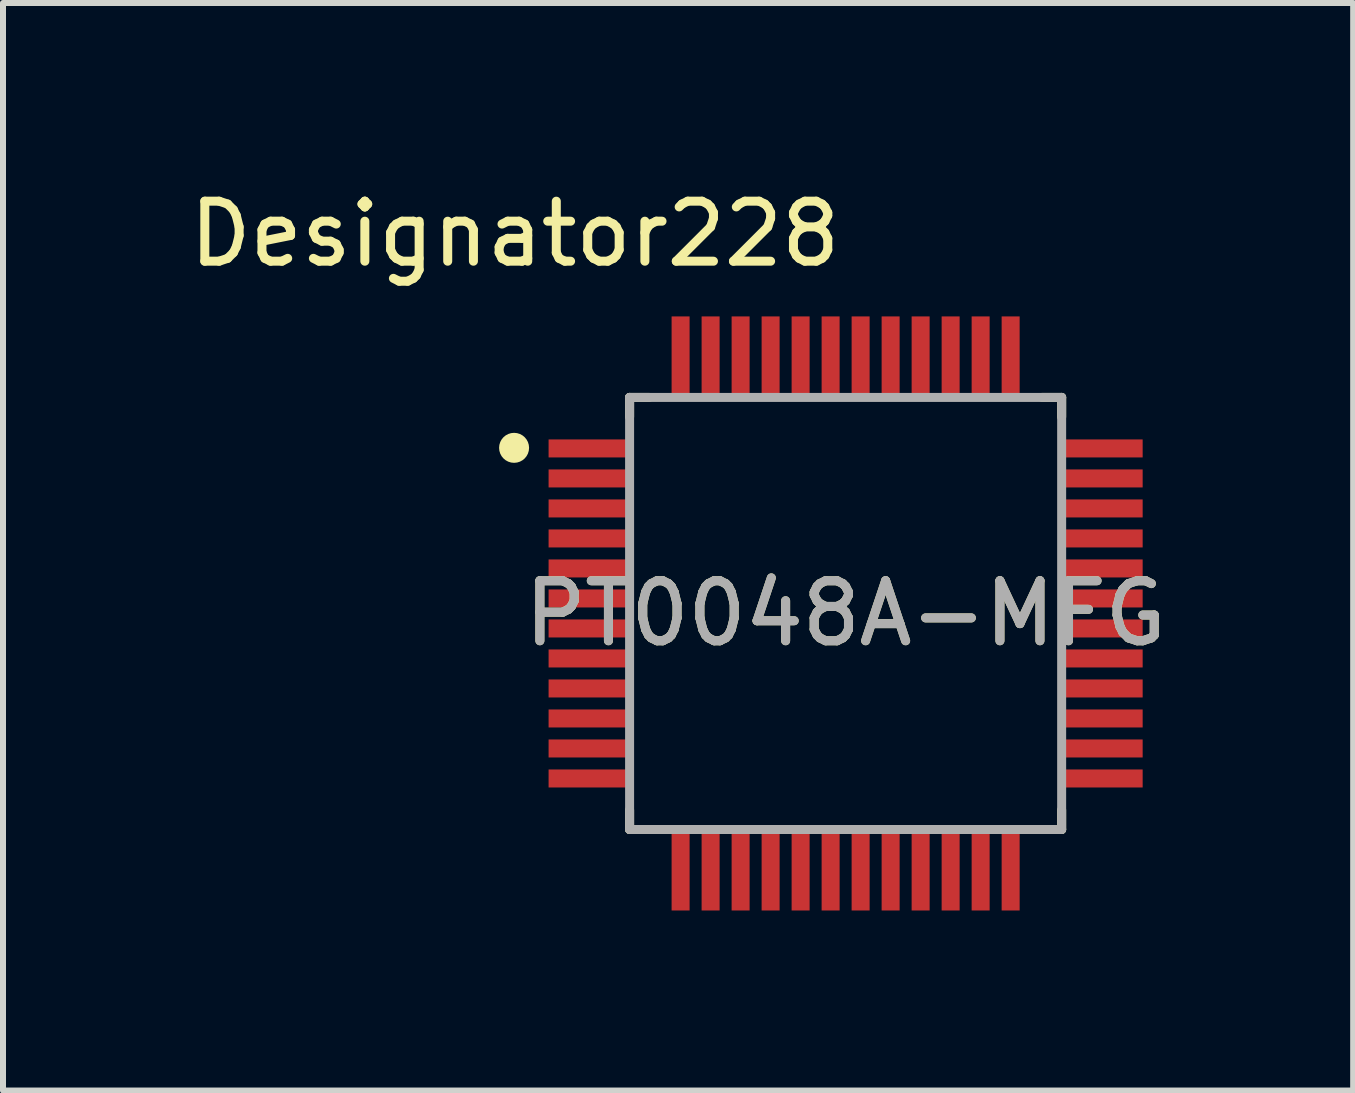
<source format=kicad_pcb>
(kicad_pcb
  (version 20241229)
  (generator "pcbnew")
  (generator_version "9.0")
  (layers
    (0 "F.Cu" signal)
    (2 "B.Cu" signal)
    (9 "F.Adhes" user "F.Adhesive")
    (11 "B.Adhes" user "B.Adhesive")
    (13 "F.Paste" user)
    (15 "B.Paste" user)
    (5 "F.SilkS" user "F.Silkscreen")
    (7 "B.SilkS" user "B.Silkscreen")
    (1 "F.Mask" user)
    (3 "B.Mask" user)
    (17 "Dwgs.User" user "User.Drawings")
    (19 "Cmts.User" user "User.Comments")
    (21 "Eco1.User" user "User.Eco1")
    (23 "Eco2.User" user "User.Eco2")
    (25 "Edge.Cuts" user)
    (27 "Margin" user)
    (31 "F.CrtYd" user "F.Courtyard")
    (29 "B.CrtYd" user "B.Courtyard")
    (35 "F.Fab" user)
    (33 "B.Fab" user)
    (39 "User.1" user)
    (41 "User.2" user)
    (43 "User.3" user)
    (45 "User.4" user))
  (footprint "PT0048A-MFG"
    (layer "F.Cu")
    (at 11.042 7.173)
    (property "Reference" "PT0048A-MFG" (at 0 0 0) (unlocked yes) (layer "F.SilkS") (effects (font (size 1 1) (thickness 0.15))))
    (attr smd)
    (fp_line (start -3.6 -3.6) (end -3.275 -3.6) (stroke (width 0.15) (type solid)) (layer "F.SilkS"))
    (fp_line (start -3.6 -3.275) (end -3.6 -3.6) (stroke (width 0.15) (type solid)) (layer "F.SilkS"))
    (fp_line (start -3.6 3.6) (end -3.6 3.275) (stroke (width 0.15) (type solid)) (layer "F.SilkS"))
    (fp_line (start -3.6 3.6) (end -3.275 3.6) (stroke (width 0.15) (type solid)) (layer "F.SilkS"))
    (fp_line (start 3.275 -3.6) (end 3.6 -3.6) (stroke (width 0.15) (type solid)) (layer "F.SilkS"))
    (fp_line (start 3.275 3.6) (end 3.6 3.6) (stroke (width 0.15) (type solid)) (layer "F.SilkS"))
    (fp_line (start 3.6 -3.275) (end 3.6 -3.6) (stroke (width 0.15) (type solid)) (layer "F.SilkS"))
    (fp_line (start 3.6 3.6) (end 3.6 3.275) (stroke (width 0.15) (type solid)) (layer "F.SilkS"))
    (fp_circle (center -5.525 -2.76) (end -5.4 -2.76) (stroke (width 0.25) (type solid)) (fill no) (layer "F.SilkS"))
    (fp_poly (pts (xy -4.925 -2.825) (xy -4.875 -2.875) (xy -3.625 -2.875) (xy -3.575 -2.825) (xy -3.575 -2.675) (xy -3.625 -2.625) (xy -4.875 -2.625) (xy -4.925 -2.675)) (stroke (width 0) (type solid)) (fill yes) (layer "F.Paste"))
    (fp_poly (pts (xy -4.925 -1.825) (xy -4.875 -1.875) (xy -3.625 -1.875) (xy -3.575 -1.825) (xy -3.575 -1.675) (xy -3.625 -1.625) (xy -4.875 -1.625) (xy -4.925 -1.675)) (stroke (width 0) (type solid)) (fill yes) (layer "F.Paste"))
    (fp_poly (pts (xy -4.875 0.375) (xy -4.925 0.325) (xy -4.925 0.175) (xy -4.875 0.125) (xy -3.625 0.125) (xy -3.575 0.175) (xy -3.575 0.325) (xy -3.625 0.375)) (stroke (width 0) (type solid)) (fill yes) (layer "F.Paste"))
    (fp_poly (pts (xy -4.875 0.625) (xy -3.625 0.625) (xy -3.575 0.675) (xy -3.575 0.825) (xy -3.625 0.875) (xy -4.875 0.875) (xy -4.925 0.825) (xy -4.925 0.675)) (stroke (width 0) (type solid)) (fill yes) (layer "F.Paste"))
    (fp_poly (pts (xy -4.875 1.375) (xy -4.925 1.325) (xy -4.925 1.175) (xy -4.875 1.125) (xy -3.625 1.125) (xy -3.575 1.175) (xy -3.575 1.325) (xy -3.625 1.375)) (stroke (width 0) (type solid)) (fill yes) (layer "F.Paste"))
    (fp_poly (pts (xy -4.875 1.625) (xy -3.625 1.625) (xy -3.575 1.675) (xy -3.575 1.825) (xy -3.625 1.875) (xy -4.875 1.875) (xy -4.925 1.825) (xy -4.925 1.675)) (stroke (width 0) (type solid)) (fill yes) (layer "F.Paste"))
    (fp_poly (pts (xy -3.625 -2.375) (xy -3.575 -2.325) (xy -3.575 -2.175) (xy -3.625 -2.125) (xy -4.875 -2.125) (xy -4.925 -2.175) (xy -4.925 -2.325) (xy -4.875 -2.375)) (stroke (width 0) (type solid)) (fill yes) (layer "F.Paste"))
    (fp_poly (pts (xy -3.625 -0.375) (xy -3.575 -0.325) (xy -3.575 -0.175) (xy -3.625 -0.125) (xy -4.875 -0.125) (xy -4.925 -0.175) (xy -4.925 -0.325) (xy -4.875 -0.375)) (stroke (width 0) (type solid)) (fill yes) (layer "F.Paste"))
    (fp_poly (pts (xy -3.625 2.625) (xy -3.575 2.675) (xy -3.575 2.825) (xy -3.625 2.875) (xy -4.875 2.875) (xy -4.925 2.825) (xy -4.925 2.675) (xy -4.875 2.625)) (stroke (width 0) (type solid)) (fill yes) (layer "F.Paste"))
    (fp_poly (pts (xy -3.575 -1.325) (xy -3.575 -1.175) (xy -3.625 -1.125) (xy -4.875 -1.125) (xy -4.925 -1.175) (xy -4.925 -1.325) (xy -4.875 -1.375) (xy -3.625 -1.375)) (stroke (width 0) (type solid)) (fill yes) (layer "F.Paste"))
    (fp_poly (pts (xy -3.575 -0.825) (xy -3.575 -0.675) (xy -3.625 -0.625) (xy -4.875 -0.625) (xy -4.925 -0.675) (xy -4.925 -0.825) (xy -4.875 -0.875) (xy -3.625 -0.875)) (stroke (width 0) (type solid)) (fill yes) (layer "F.Paste"))
    (fp_poly (pts (xy -3.575 2.325) (xy -3.625 2.375) (xy -4.875 2.375) (xy -4.925 2.325) (xy -4.925 2.175) (xy -4.875 2.125) (xy -3.625 2.125) (xy -3.575 2.175)) (stroke (width 0) (type solid)) (fill yes) (layer "F.Paste"))
    (fp_poly (pts (xy -2.875 4.875) (xy -2.875 3.625) (xy -2.825 3.575) (xy -2.675 3.575) (xy -2.625 3.625) (xy -2.625 4.875) (xy -2.675 4.925) (xy -2.825 4.925)) (stroke (width 0) (type solid)) (fill yes) (layer "F.Paste"))
    (fp_poly (pts (xy -2.625 -4.875) (xy -2.625 -3.625) (xy -2.675 -3.575) (xy -2.825 -3.575) (xy -2.875 -3.625) (xy -2.875 -4.875) (xy -2.825 -4.925) (xy -2.675 -4.925)) (stroke (width 0) (type solid)) (fill yes) (layer "F.Paste"))
    (fp_poly (pts (xy -2.375 -3.625) (xy -2.375 -4.875) (xy -2.325 -4.925) (xy -2.175 -4.925) (xy -2.125 -4.875) (xy -2.125 -3.625) (xy -2.175 -3.575) (xy -2.325 -3.575)) (stroke (width 0) (type solid)) (fill yes) (layer "F.Paste"))
    (fp_poly (pts (xy -2.125 3.625) (xy -2.125 4.875) (xy -2.175 4.925) (xy -2.325 4.925) (xy -2.375 4.875) (xy -2.375 3.625) (xy -2.325 3.575) (xy -2.175 3.575)) (stroke (width 0) (type solid)) (fill yes) (layer "F.Paste"))
    (fp_poly (pts (xy -1.675 -4.925) (xy -1.625 -4.875) (xy -1.625 -3.625) (xy -1.675 -3.575) (xy -1.825 -3.575) (xy -1.875 -3.625) (xy -1.875 -4.875) (xy -1.825 -4.925)) (stroke (width 0) (type solid)) (fill yes) (layer "F.Paste"))
    (fp_poly (pts (xy -1.625 4.875) (xy -1.675 4.925) (xy -1.825 4.925) (xy -1.875 4.875) (xy -1.875 3.625) (xy -1.825 3.575) (xy -1.675 3.575) (xy -1.625 3.625)) (stroke (width 0) (type solid)) (fill yes) (layer "F.Paste"))
    (fp_poly (pts (xy -1.375 4.875) (xy -1.375 3.625) (xy -1.325 3.575) (xy -1.175 3.575) (xy -1.125 3.625) (xy -1.125 4.875) (xy -1.175 4.925) (xy -1.325 4.925)) (stroke (width 0) (type solid)) (fill yes) (layer "F.Paste"))
    (fp_poly (pts (xy -1.175 -4.925) (xy -1.125 -4.875) (xy -1.125 -3.625) (xy -1.175 -3.575) (xy -1.325 -3.575) (xy -1.375 -3.625) (xy -1.375 -4.875) (xy -1.325 -4.925)) (stroke (width 0) (type solid)) (fill yes) (layer "F.Paste"))
    (fp_poly (pts (xy -0.875 -4.875) (xy -0.825 -4.925) (xy -0.675 -4.925) (xy -0.625 -4.875) (xy -0.625 -3.625) (xy -0.675 -3.575) (xy -0.825 -3.575) (xy -0.875 -3.625)) (stroke (width 0) (type solid)) (fill yes) (layer "F.Paste"))
    (fp_poly (pts (xy -0.625 3.625) (xy -0.625 4.875) (xy -0.675 4.925) (xy -0.825 4.925) (xy -0.875 4.875) (xy -0.875 3.625) (xy -0.825 3.575) (xy -0.675 3.575)) (stroke (width 0) (type solid)) (fill yes) (layer "F.Paste"))
    (fp_poly (pts (xy -0.375 -4.875) (xy -0.325 -4.925) (xy -0.175 -4.925) (xy -0.125 -4.875) (xy -0.125 -3.625) (xy -0.175 -3.575) (xy -0.325 -3.575) (xy -0.375 -3.625)) (stroke (width 0) (type solid)) (fill yes) (layer "F.Paste"))
    (fp_poly (pts (xy -0.325 4.925) (xy -0.375 4.875) (xy -0.375 3.625) (xy -0.325 3.575) (xy -0.175 3.575) (xy -0.125 3.625) (xy -0.125 4.875) (xy -0.175 4.925)) (stroke (width 0) (type solid)) (fill yes) (layer "F.Paste"))
    (fp_poly (pts (xy 0.125 -3.625) (xy 0.125 -4.875) (xy 0.175 -4.925) (xy 0.325 -4.925) (xy 0.375 -4.875) (xy 0.375 -3.625) (xy 0.325 -3.575) (xy 0.175 -3.575)) (stroke (width 0) (type solid)) (fill yes) (layer "F.Paste"))
    (fp_poly (pts (xy 0.175 4.925) (xy 0.125 4.875) (xy 0.125 3.625) (xy 0.175 3.575) (xy 0.325 3.575) (xy 0.375 3.625) (xy 0.375 4.875) (xy 0.325 4.925)) (stroke (width 0) (type solid)) (fill yes) (layer "F.Paste"))
    (fp_poly (pts (xy 0.675 -4.925) (xy 0.825 -4.925) (xy 0.875 -4.875) (xy 0.875 -3.625) (xy 0.825 -3.575) (xy 0.675 -3.575) (xy 0.625 -3.625) (xy 0.625 -4.875)) (stroke (width 0) (type solid)) (fill yes) (layer "F.Paste"))
    (fp_poly (pts (xy 0.875 3.625) (xy 0.875 4.875) (xy 0.825 4.925) (xy 0.675 4.925) (xy 0.625 4.875) (xy 0.625 3.625) (xy 0.675 3.575) (xy 0.825 3.575)) (stroke (width 0) (type solid)) (fill yes) (layer "F.Paste"))
    (fp_poly (pts (xy 1.125 4.875) (xy 1.125 3.625) (xy 1.175 3.575) (xy 1.325 3.575) (xy 1.375 3.625) (xy 1.375 4.875) (xy 1.325 4.925) (xy 1.175 4.925)) (stroke (width 0) (type solid)) (fill yes) (layer "F.Paste"))
    (fp_poly (pts (xy 1.375 -4.875) (xy 1.375 -3.625) (xy 1.325 -3.575) (xy 1.175 -3.575) (xy 1.125 -3.625) (xy 1.125 -4.875) (xy 1.175 -4.925) (xy 1.325 -4.925)) (stroke (width 0) (type solid)) (fill yes) (layer "F.Paste"))
    (fp_poly (pts (xy 1.625 -3.625) (xy 1.625 -4.875) (xy 1.675 -4.925) (xy 1.825 -4.925) (xy 1.875 -4.875) (xy 1.875 -3.625) (xy 1.825 -3.575) (xy 1.675 -3.575)) (stroke (width 0) (type solid)) (fill yes) (layer "F.Paste"))
    (fp_poly (pts (xy 1.825 4.925) (xy 1.675 4.925) (xy 1.625 4.875) (xy 1.625 3.625) (xy 1.675 3.575) (xy 1.825 3.575) (xy 1.875 3.625) (xy 1.875 4.875)) (stroke (width 0) (type solid)) (fill yes) (layer "F.Paste"))
    (fp_poly (pts (xy 2.125 -3.625) (xy 2.125 -4.875) (xy 2.175 -4.925) (xy 2.325 -4.925) (xy 2.375 -4.875) (xy 2.375 -3.625) (xy 2.325 -3.575) (xy 2.175 -3.575)) (stroke (width 0) (type solid)) (fill yes) (layer "F.Paste"))
    (fp_poly (pts (xy 2.375 3.625) (xy 2.375 4.875) (xy 2.325 4.925) (xy 2.175 4.925) (xy 2.125 4.875) (xy 2.125 3.625) (xy 2.175 3.575) (xy 2.325 3.575)) (stroke (width 0) (type solid)) (fill yes) (layer "F.Paste"))
    (fp_poly (pts (xy 2.675 -4.925) (xy 2.825 -4.925) (xy 2.875 -4.875) (xy 2.875 -3.625) (xy 2.825 -3.575) (xy 2.675 -3.575) (xy 2.625 -3.625) (xy 2.625 -4.875)) (stroke (width 0) (type solid)) (fill yes) (layer "F.Paste"))
    (fp_poly (pts (xy 2.825 4.925) (xy 2.675 4.925) (xy 2.625 4.875) (xy 2.625 3.625) (xy 2.675 3.575) (xy 2.825 3.575) (xy 2.875 3.625) (xy 2.875 4.875)) (stroke (width 0) (type solid)) (fill yes) (layer "F.Paste"))
    (fp_poly (pts (xy 3.575 -2.825) (xy 3.625 -2.875) (xy 4.875 -2.875) (xy 4.925 -2.825) (xy 4.925 -2.675) (xy 4.875 -2.625) (xy 3.625 -2.625) (xy 3.575 -2.675)) (stroke (width 0) (type solid)) (fill yes) (layer "F.Paste"))
    (fp_poly (pts (xy 3.575 0.825) (xy 3.575 0.675) (xy 3.625 0.625) (xy 4.875 0.625) (xy 4.925 0.675) (xy 4.925 0.825) (xy 4.875 0.875) (xy 3.625 0.875)) (stroke (width 0) (type solid)) (fill yes) (layer "F.Paste"))
    (fp_poly (pts (xy 3.625 -1.625) (xy 3.575 -1.675) (xy 3.575 -1.825) (xy 3.625 -1.875) (xy 4.875 -1.875) (xy 4.925 -1.825) (xy 4.925 -1.675) (xy 4.875 -1.625)) (stroke (width 0) (type solid)) (fill yes) (layer "F.Paste"))
    (fp_poly (pts (xy 3.625 -1.125) (xy 3.575 -1.175) (xy 3.575 -1.325) (xy 3.625 -1.375) (xy 4.875 -1.375) (xy 4.925 -1.325) (xy 4.925 -1.175) (xy 4.875 -1.125)) (stroke (width 0) (type solid)) (fill yes) (layer "F.Paste"))
    (fp_poly (pts (xy 3.625 -0.125) (xy 3.575 -0.175) (xy 3.575 -0.325) (xy 3.625 -0.375) (xy 4.875 -0.375) (xy 4.925 -0.325) (xy 4.925 -0.175) (xy 4.875 -0.125)) (stroke (width 0) (type solid)) (fill yes) (layer "F.Paste"))
    (fp_poly (pts (xy 3.625 0.375) (xy 3.575 0.325) (xy 3.575 0.175) (xy 3.625 0.125) (xy 4.875 0.125) (xy 4.925 0.175) (xy 4.925 0.325) (xy 4.875 0.375)) (stroke (width 0) (type solid)) (fill yes) (layer "F.Paste"))
    (fp_poly (pts (xy 3.625 2.375) (xy 3.575 2.325) (xy 3.575 2.175) (xy 3.625 2.125) (xy 4.875 2.125) (xy 4.925 2.175) (xy 4.925 2.325) (xy 4.875 2.375)) (stroke (width 0) (type solid)) (fill yes) (layer "F.Paste"))
    (fp_poly (pts (xy 3.625 2.625) (xy 4.875 2.625) (xy 4.925 2.675) (xy 4.925 2.825) (xy 4.875 2.875) (xy 3.625 2.875) (xy 3.575 2.825) (xy 3.575 2.675)) (stroke (width 0) (type solid)) (fill yes) (layer "F.Paste"))
    (fp_poly (pts (xy 4.875 -0.625) (xy 3.625 -0.625) (xy 3.575 -0.675) (xy 3.575 -0.825) (xy 3.625 -0.875) (xy 4.875 -0.875) (xy 4.925 -0.825) (xy 4.925 -0.675)) (stroke (width 0) (type solid)) (fill yes) (layer "F.Paste"))
    (fp_poly (pts (xy 4.925 -2.325) (xy 4.925 -2.175) (xy 4.875 -2.125) (xy 3.625 -2.125) (xy 3.575 -2.175) (xy 3.575 -2.325) (xy 3.625 -2.375) (xy 4.875 -2.375)) (stroke (width 0) (type solid)) (fill yes) (layer "F.Paste"))
    (fp_poly (pts (xy 4.925 1.175) (xy 4.925 1.325) (xy 4.875 1.375) (xy 3.625 1.375) (xy 3.575 1.325) (xy 3.575 1.175) (xy 3.625 1.125) (xy 4.875 1.125)) (stroke (width 0) (type solid)) (fill yes) (layer "F.Paste"))
    (fp_poly (pts (xy 4.925 1.825) (xy 4.875 1.875) (xy 3.625 1.875) (xy 3.575 1.825) (xy 3.575 1.675) (xy 3.625 1.625) (xy 4.875 1.625) (xy 4.925 1.675)) (stroke (width 0) (type solid)) (fill yes) (layer "F.Paste"))
    (fp_line (start -3.6 -3.6) (end 3.6 -3.6) (stroke (width 0.15) (type solid)) (layer "F.Fab"))
    (fp_line (start -3.6 3.6) (end -3.6 -3.6) (stroke (width 0.15) (type solid)) (layer "F.Fab"))
    (fp_line (start -3.6 3.6) (end 3.6 3.6) (stroke (width 0.15) (type solid)) (layer "F.Fab"))
    (fp_line (start 3.6 3.6) (end 3.6 -3.6) (stroke (width 0.15) (type solid)) (layer "F.Fab"))
    (fp_text user "Designator228" (at -5.512 -6.325 0) (unlocked yes) (layer "F.SilkS") (effects (font (size 1 1) (thickness 0.15))))
    (fp_text user "${REFERENCE}" (at 0 0 0) (unlocked yes) (layer "F.Fab") (effects (font (size 1 1) (thickness 0.15))))
    (pad "1" smd rect (at -4.25 -2.75) (size 1.4 0.3) (layers "F.Cu" "F.Mask"))
    (pad "2" smd rect (at -4.25 -2.25) (size 1.4 0.3) (layers "F.Cu" "F.Mask"))
    (pad "3" smd rect (at -4.25 -1.75) (size 1.4 0.3) (layers "F.Cu" "F.Mask"))
    (pad "4" smd rect (at -4.25 -1.25) (size 1.4 0.3) (layers "F.Cu" "F.Mask"))
    (pad "5" smd rect (at -4.25 -0.75) (size 1.4 0.3) (layers "F.Cu" "F.Mask"))
    (pad "6" smd rect (at -4.25 -0.25) (size 1.4 0.3) (layers "F.Cu" "F.Mask"))
    (pad "7" smd rect (at -4.25 0.25) (size 1.4 0.3) (layers "F.Cu" "F.Mask"))
    (pad "8" smd rect (at -4.25 0.75) (size 1.4 0.3) (layers "F.Cu" "F.Mask"))
    (pad "9" smd rect (at -4.25 1.25) (size 1.4 0.3) (layers "F.Cu" "F.Mask"))
    (pad "10" smd rect (at -4.25 1.75) (size 1.4 0.3) (layers "F.Cu" "F.Mask"))
    (pad "11" smd rect (at -4.25 2.25) (size 1.4 0.3) (layers "F.Cu" "F.Mask"))
    (pad "12" smd rect (at -4.25 2.75) (size 1.4 0.3) (layers "F.Cu" "F.Mask"))
    (pad "13" smd rect (at -2.75 4.25) (size 0.3 1.4) (layers "F.Cu" "F.Mask"))
    (pad "14" smd rect (at -2.25 4.25) (size 0.3 1.4) (layers "F.Cu" "F.Mask"))
    (pad "15" smd rect (at -1.75 4.25) (size 0.3 1.4) (layers "F.Cu" "F.Mask"))
    (pad "16" smd rect (at -1.25 4.25) (size 0.3 1.4) (layers "F.Cu" "F.Mask"))
    (pad "17" smd rect (at -0.75 4.25) (size 0.3 1.4) (layers "F.Cu" "F.Mask"))
    (pad "18" smd rect (at -0.25 4.25) (size 0.3 1.4) (layers "F.Cu" "F.Mask"))
    (pad "19" smd rect (at 0.25 4.25) (size 0.3 1.4) (layers "F.Cu" "F.Mask"))
    (pad "20" smd rect (at 0.75 4.25) (size 0.3 1.4) (layers "F.Cu" "F.Mask"))
    (pad "21" smd rect (at 1.25 4.25) (size 0.3 1.4) (layers "F.Cu" "F.Mask"))
    (pad "22" smd rect (at 1.75 4.25) (size 0.3 1.4) (layers "F.Cu" "F.Mask"))
    (pad "23" smd rect (at 2.25 4.25) (size 0.3 1.4) (layers "F.Cu" "F.Mask"))
    (pad "24" smd rect (at 2.75 4.25) (size 0.3 1.4) (layers "F.Cu" "F.Mask"))
    (pad "25" smd rect (at 4.25 2.75) (size 1.4 0.3) (layers "F.Cu" "F.Mask"))
    (pad "26" smd rect (at 4.25 2.25) (size 1.4 0.3) (layers "F.Cu" "F.Mask"))
    (pad "27" smd rect (at 4.25 1.75) (size 1.4 0.3) (layers "F.Cu" "F.Mask"))
    (pad "28" smd rect (at 4.25 1.25) (size 1.4 0.3) (layers "F.Cu" "F.Mask"))
    (pad "29" smd rect (at 4.25 0.75) (size 1.4 0.3) (layers "F.Cu" "F.Mask"))
    (pad "30" smd rect (at 4.25 0.25) (size 1.4 0.3) (layers "F.Cu" "F.Mask"))
    (pad "31" smd rect (at 4.25 -0.25) (size 1.4 0.3) (layers "F.Cu" "F.Mask"))
    (pad "32" smd rect (at 4.25 -0.75) (size 1.4 0.3) (layers "F.Cu" "F.Mask"))
    (pad "33" smd rect (at 4.25 -1.25) (size 1.4 0.3) (layers "F.Cu" "F.Mask"))
    (pad "34" smd rect (at 4.25 -1.75) (size 1.4 0.3) (layers "F.Cu" "F.Mask"))
    (pad "35" smd rect (at 4.25 -2.25) (size 1.4 0.3) (layers "F.Cu" "F.Mask"))
    (pad "36" smd rect (at 4.25 -2.75) (size 1.4 0.3) (layers "F.Cu" "F.Mask"))
    (pad "37" smd rect (at 2.75 -4.25) (size 0.3 1.4) (layers "F.Cu" "F.Mask"))
    (pad "38" smd rect (at 2.25 -4.25) (size 0.3 1.4) (layers "F.Cu" "F.Mask"))
    (pad "39" smd rect (at 1.75 -4.25) (size 0.3 1.4) (layers "F.Cu" "F.Mask"))
    (pad "40" smd rect (at 1.25 -4.25) (size 0.3 1.4) (layers "F.Cu" "F.Mask"))
    (pad "41" smd rect (at 0.75 -4.25) (size 0.3 1.4) (layers "F.Cu" "F.Mask"))
    (pad "42" smd rect (at 0.25 -4.25) (size 0.3 1.4) (layers "F.Cu" "F.Mask"))
    (pad "43" smd rect (at -0.25 -4.25) (size 0.3 1.4) (layers "F.Cu" "F.Mask"))
    (pad "44" smd rect (at -0.75 -4.25) (size 0.3 1.4) (layers "F.Cu" "F.Mask"))
    (pad "45" smd rect (at -1.25 -4.25) (size 0.3 1.4) (layers "F.Cu" "F.Mask"))
    (pad "46" smd rect (at -1.75 -4.25) (size 0.3 1.4) (layers "F.Cu" "F.Mask"))
    (pad "47" smd rect (at -2.25 -4.25) (size 0.3 1.4) (layers "F.Cu" "F.Mask"))
    (pad "48" smd rect (at -2.75 -4.25) (size 0.3 1.4) (layers "F.Cu" "F.Mask")))
  (gr_rect
    (start -3 -3)
    (end 19.5 15.123)
    (stroke (width 0.1) (type default))
    (fill no)
    (layer "Edge.Cuts")))
</source>
